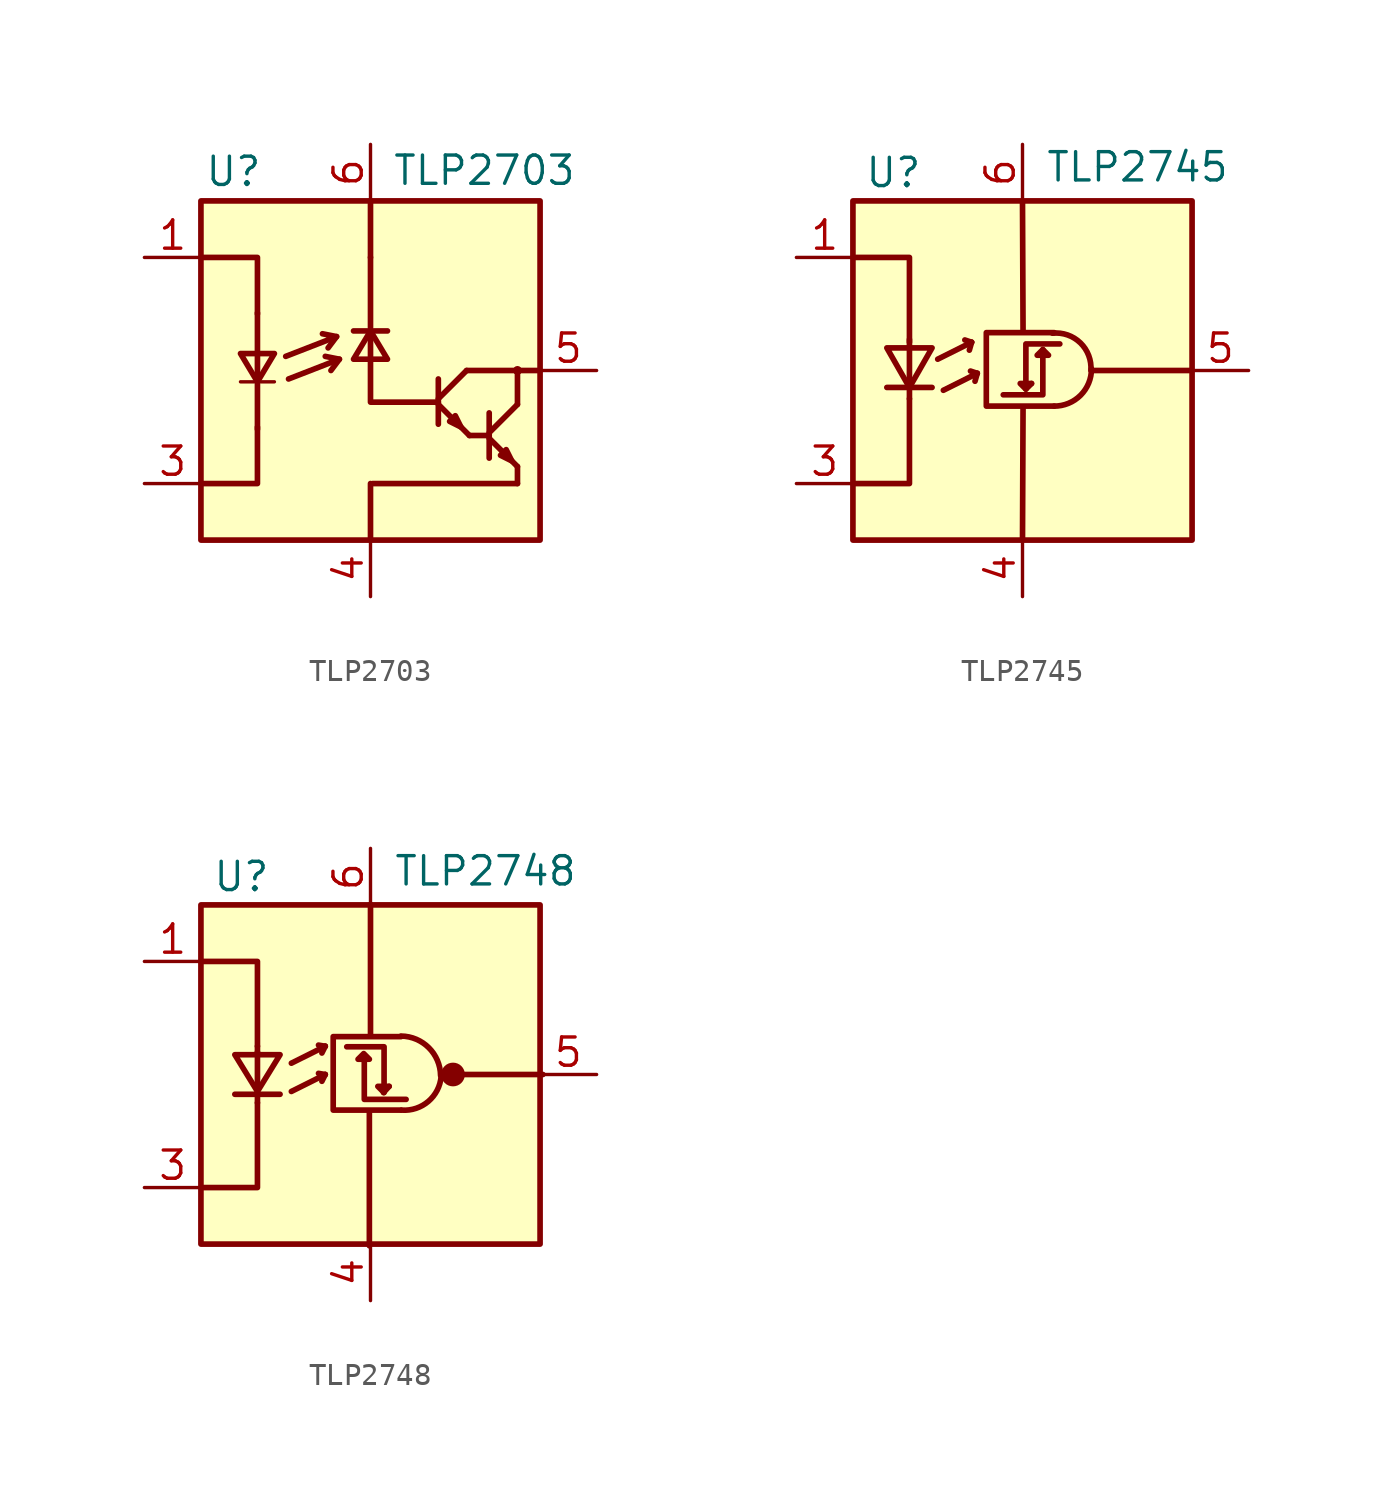
<source format=kicad_sym>
(kicad_symbol_lib
  (version 20211014)
  (generator kicad_symbol_editor)
  (symbol "TLP2703"
    (pin_names
      (offset 1.016) hide)
    (property "Reference" "U"
      (at -7.468 8.941 0)
      (effects (font (size 1.27 1.27)) (justify left)))
    (property "Value" "TLP2703"
      (at 0.965 8.992 0)
      (effects (font (size 1.27 1.27)) (justify left)))
    (symbol "TLP2703_0_1"
      (rectangle (start -7.62 7.62) (end 7.62 -7.62) (stroke (width 0.254) (type default) (color 0 0 0 0)) (fill (type background)))
      (polyline (pts (xy -5.842 -0.508) (xy -4.318 -0.508)) (stroke (width 0) (type default) (color 0 0 0 0)) (fill (type none)))
      (polyline (pts (xy -5.08 -2.642) (xy -5.08 -0.61)) (stroke (width 0.254) (type default) (color 0 0 0 0)) (fill (type none)))
      (polyline (pts (xy -5.08 0.762) (xy -5.08 -0.508)) (stroke (width 0.254) (type default) (color 0 0 0 0)) (fill (type none)))
      (polyline (pts (xy -5.08 2.591) (xy -5.08 0.864)) (stroke (width 0.254) (type default) (color 0 0 0 0)) (fill (type none)))
      (polyline (pts (xy -1.524 1.524) (xy -1.905 1.016)) (stroke (width 0.254) (type default) (color 0 0 0 0)) (fill (type none)))
      (polyline (pts (xy -1.397 0.508) (xy -1.778 0)) (stroke (width 0.254) (type default) (color 0 0 0 0)) (fill (type none)))
      (polyline (pts (xy -0.762 1.778) (xy 0.762 1.778)) (stroke (width 0.254) (type default) (color 0 0 0 0)) (fill (type none)))
      (polyline (pts (xy 0 -7.62) (xy 0 -5.08)) (stroke (width 0.254) (type default) (color 0 0 0 0)) (fill (type none)))
      (polyline (pts (xy 0 1.778) (xy 0 0.508)) (stroke (width 0.254) (type default) (color 0 0 0 0)) (fill (type none)))
      (polyline (pts (xy 0 1.93) (xy 0 5.08)) (stroke (width 0.254) (type default) (color 0 0 0 0)) (fill (type none)))
      (polyline (pts (xy 0 7.62) (xy 0 5.08)) (stroke (width 0.254) (type default) (color 0 0 0 0)) (fill (type none)))
      (polyline (pts (xy 0.102 -5.08) (xy 6.604 -5.08)) (stroke (width 0.254) (type default) (color 0 0 0 0)) (fill (type none)))
      (polyline (pts (xy 3.048 -1.524) (xy 4.445 -2.921)) (stroke (width 0.254) (type default) (color 0 0 0 0)) (fill (type none)))
      (polyline (pts (xy 3.048 -1.27) (xy 4.318 0)) (stroke (width 0.254) (type default) (color 0 0 0 0)) (fill (type none)))
      (polyline (pts (xy 3.048 -0.381) (xy 3.048 -2.413)) (stroke (width 0.254) (type default) (color 0 0 0 0)) (fill (type none)))
      (polyline (pts (xy 4.318 0) (xy 7.62 0)) (stroke (width 0.254) (type default) (color 0 0 0 0)) (fill (type none)))
      (polyline (pts (xy 5.334 -3.048) (xy 6.604 -4.318)) (stroke (width 0.254) (type default) (color 0 0 0 0)) (fill (type none)))
      (polyline (pts (xy 5.334 -2.921) (xy 4.445 -2.921)) (stroke (width 0.254) (type default) (color 0 0 0 0)) (fill (type none)))
      (polyline (pts (xy 5.334 -2.794) (xy 6.604 -1.524)) (stroke (width 0.254) (type default) (color 0 0 0 0)) (fill (type none)))
      (polyline (pts (xy 6.604 -4.318) (xy 6.604 -5.08)) (stroke (width 0.254) (type default) (color 0 0 0 0)) (fill (type none)))
      (polyline (pts (xy 6.604 -1.524) (xy 6.604 0)) (stroke (width 0.254) (type default) (color 0 0 0 0)) (fill (type none)))
      (polyline (pts (xy -7.62 -5.08) (xy -5.08 -5.08) (xy -5.08 -2.54)) (stroke (width 0.254) (type default) (color 0 0 0 0)) (fill (type none)))
      (polyline (pts (xy -7.62 5.08) (xy -5.08 5.08) (xy -5.08 2.54)) (stroke (width 0.254) (type default) (color 0 0 0 0)) (fill (type none)))
      (polyline (pts (xy -3.81 0.635) (xy -1.524 1.524) (xy -2.159 1.651)) (stroke (width 0.254) (type default) (color 0 0 0 0)) (fill (type none)))
      (polyline (pts (xy -3.683 -0.381) (xy -1.397 0.508) (xy -2.032 0.635)) (stroke (width 0.254) (type default) (color 0 0 0 0)) (fill (type none)))
      (polyline (pts (xy 0 0.508) (xy 0 -1.422) (xy 3.048 -1.422)) (stroke (width 0.254) (type default) (color 0 0 0 0)) (fill (type none)))
      (polyline (pts (xy 5.334 -1.905) (xy 5.334 -3.937) (xy 5.334 -3.937)) (stroke (width 0.254) (type default) (color 0 0 0 0)) (fill (type none)))
      (polyline (pts (xy -5.842 0.762) (xy -4.318 0.762) (xy -5.08 -0.508) (xy -5.842 0.762)) (stroke (width 0.254) (type default) (color 0 0 0 0)) (fill (type none)))
      (polyline (pts (xy 0 1.778) (xy -0.762 0.508) (xy 0.762 0.508) (xy 0 1.778)) (stroke (width 0.254) (type default) (color 0 0 0 0)) (fill (type none)))
      (polyline (pts (xy 4.064 -2.54) (xy 3.81 -2.032) (xy 3.556 -2.286) (xy 4.064 -2.54)) (stroke (width 0.254) (type default) (color 0 0 0 0)) (fill (type none)))
      (polyline (pts (xy 6.35 -4.064) (xy 6.096 -3.556) (xy 5.842 -3.81) (xy 6.35 -4.064)) (stroke (width 0.254) (type default) (color 0 0 0 0)) (fill (type none)))
      (circle (center 6.604 0) (radius 0.127) (stroke (width 0) (type default) (color 0 0 0 0)) (fill (type none))))
    (symbol "TLP2703_1_1"
      (pin passive line (at -10.16 5.08 0) (length 2.54) (name "A" (effects (font (size 1.27 1.27)))) (number "1" (effects (font (size 1.27 1.27)))))
      (pin no_connect line (at -10.16 0 0) (length 2.54) hide (name "NC" (effects (font (size 1.27 1.27)))) (number "2" (effects (font (size 1.27 1.27)))))
      (pin passive line (at -10.16 -5.08 0) (length 2.54) (name "K" (effects (font (size 1.27 1.27)))) (number "3" (effects (font (size 1.27 1.27)))))
      (pin power_in line (at 0 -10.16 90) (length 2.54) (name "GND" (effects (font (size 1.27 1.27)))) (number "4" (effects (font (size 1.27 1.27)))))
      (pin open_collector line (at 10.16 0 180) (length 2.54) (name "Out" (effects (font (size 1.27 1.27)))) (number "5" (effects (font (size 1.27 1.27)))))
      (pin power_in line (at 0 10.16 270) (length 2.54) (name "VCC" (effects (font (size 1.27 1.27)))) (number "6" (effects (font (size 1.27 1.27)))))))
  (symbol "TLP2745"
    (pin_names
      (offset 1.016) hide)
    (property "Reference" "U"
      (at -7.112 8.89 0)
      (effects (font (size 1.27 1.27)) (justify left)))
    (property "Value" "TLP2745"
      (at 1.016 9.144 0)
      (effects (font (size 1.27 1.27)) (justify left)))
    (symbol "TLP2745_0_1"
      (rectangle (start -7.62 7.62) (end 7.62 -7.62) (stroke (width 0.254) (type default) (color 0 0 0 0)) (fill (type background)))
      (polyline (pts (xy -6.096 -0.762) (xy -4.064 -0.762)) (stroke (width 0.254) (type default) (color 0 0 0 0)) (fill (type none)))
      (polyline (pts (xy -5.08 -0.762) (xy -5.08 -1.27)) (stroke (width 0.254) (type default) (color 0 0 0 0)) (fill (type none)))
      (polyline (pts (xy -5.08 1.016) (xy -5.08 -0.762)) (stroke (width 0.254) (type default) (color 0 0 0 0)) (fill (type none)))
      (polyline (pts (xy -5.08 1.016) (xy -5.08 1.397)) (stroke (width 0.254) (type default) (color 0 0 0 0)) (fill (type none)))
      (polyline (pts (xy -3.81 0.508) (xy -2.286 1.27)) (stroke (width 0.254) (type default) (color 0 0 0 0)) (fill (type none)))
      (polyline (pts (xy -3.556 -0.889) (xy -2.032 -0.127)) (stroke (width 0.254) (type default) (color 0 0 0 0)) (fill (type none)))
      (polyline (pts (xy -2.286 1.27) (xy -2.591 1.372)) (stroke (width 0.254) (type default) (color 0 0 0 0)) (fill (type none)))
      (polyline (pts (xy -2.286 1.27) (xy -2.388 0.914)) (stroke (width 0.254) (type default) (color 0 0 0 0)) (fill (type none)))
      (polyline (pts (xy -2.032 -0.127) (xy -2.337 -0.025)) (stroke (width 0.254) (type default) (color 0 0 0 0)) (fill (type none)))
      (polyline (pts (xy -2.032 -0.127) (xy -2.134 -0.483)) (stroke (width 0.254) (type default) (color 0 0 0 0)) (fill (type none)))
      (polyline (pts (xy 0 -7.62) (xy 0.025 -1.651)) (stroke (width 0.254) (type default) (color 0 0 0 0)) (fill (type none)))
      (polyline (pts (xy 0 7.595) (xy 0.025 1.778)) (stroke (width 0.254) (type default) (color 0 0 0 0)) (fill (type none)))
      (polyline (pts (xy 7.595 0) (xy 3.15 0)) (stroke (width 0.254) (type default) (color 0 0 0 0)) (fill (type none)))
      (polyline (pts (xy -7.62 -5.08) (xy -5.08 -5.08) (xy -5.08 -1.27)) (stroke (width 0.254) (type default) (color 0 0 0 0)) (fill (type none)))
      (polyline (pts (xy -5.08 1.27) (xy -5.08 5.08) (xy -7.62 5.08)) (stroke (width 0.254) (type default) (color 0 0 0 0)) (fill (type none)))
      (polyline (pts (xy 0.152 -0.838) (xy -0.102 -0.584) (xy 0.406 -0.584)) (stroke (width 0.254) (type default) (color 0 0 0 0)) (fill (type none)))
      (polyline (pts (xy 0.914 0.94) (xy 0.914 -1.092) (xy -0.864 -1.092)) (stroke (width 0.254) (type default) (color 0 0 0 0)) (fill (type none)))
      (polyline (pts (xy -6.096 1.016) (xy -4.064 1.016) (xy -5.08 -0.762) (xy -6.096 1.016)) (stroke (width 0.254) (type default) (color 0 0 0 0)) (fill (type none)))
      (polyline (pts (xy 0.914 0.94) (xy 0.66 0.686) (xy 1.168 0.686) (xy 0.914 0.94)) (stroke (width 0.254) (type default) (color 0 0 0 0)) (fill (type none)))
      (polyline (pts (xy 1.422 1.702) (xy -1.626 1.702) (xy -1.626 -1.6) (xy 1.422 -1.6)) (stroke (width 0.254) (type default) (color 0 0 0 0)) (fill (type none)))
      (polyline (pts (xy 1.676 1.194) (xy 0.152 1.194) (xy 0.152 -0.838) (xy 0.406 -0.584)) (stroke (width 0.254) (type default) (color 0 0 0 0)) (fill (type none)))
      (arc (start 1.4224 -1.6002) (mid 2.6061 -1.1155) (end 3.0988 0.0762) (stroke (width 0.254) (type default) (color 0 0 0 0)) (fill (type none)))
      (arc (start 3.0734 0) (mid 2.5973 1.245) (end 1.3462 1.6764) (stroke (width 0.254) (type default) (color 0 0 0 0)) (fill (type none))))
    (symbol "TLP2745_1_1"
      (pin passive line (at -10.16 5.08 0) (length 2.54) (name "A" (effects (font (size 1.27 1.27)))) (number "1" (effects (font (size 1.27 1.27)))))
      (pin no_connect line (at -10.16 0 0) (length 2.54) hide (name "NC" (effects (font (size 1.27 1.27)))) (number "2" (effects (font (size 1.27 1.27)))))
      (pin passive line (at -10.16 -5.08 0) (length 2.54) (name "K" (effects (font (size 1.27 1.27)))) (number "3" (effects (font (size 1.27 1.27)))))
      (pin power_in line (at 0 -10.16 90) (length 2.54) (name "GND" (effects (font (size 1.27 1.27)))) (number "4" (effects (font (size 1.27 1.27)))))
      (pin output line (at 10.16 0 180) (length 2.54) (name "VO" (effects (font (size 1.27 1.27)))) (number "5" (effects (font (size 1.27 1.27)))))
      (pin power_in line (at 0 10.16 270) (length 2.54) (name "VDD" (effects (font (size 1.27 1.27)))) (number "6" (effects (font (size 1.27 1.27)))))))
  (symbol "TLP2748"
    (pin_names
      (offset 1.016) hide)
    (property "Reference" "U"
      (at -7.112 8.89 0)
      (effects (font (size 1.27 1.27)) (justify left)))
    (property "Value" "TLP2748"
      (at 1.016 9.144 0)
      (effects (font (size 1.27 1.27)) (justify left)))
    (symbol "TLP2748_0_1"
      (rectangle (start -7.62 7.62) (end 7.62 -7.62) (stroke (width 0.254) (type default) (color 0 0 0 0)) (fill (type background)))
      (polyline (pts (xy -6.096 -0.889) (xy -4.064 -0.889)) (stroke (width 0.254) (type default) (color 0 0 0 0)) (fill (type none)))
      (polyline (pts (xy -5.08 -1.27) (xy -5.08 -0.914)) (stroke (width 0.254) (type default) (color 0 0 0 0)) (fill (type none)))
      (polyline (pts (xy -5.08 1.016) (xy -5.08 -0.762)) (stroke (width 0.254) (type default) (color 0 0 0 0)) (fill (type none)))
      (polyline (pts (xy -5.08 1.27) (xy -5.08 0.914)) (stroke (width 0.254) (type default) (color 0 0 0 0)) (fill (type none)))
      (polyline (pts (xy -3.556 -0.762) (xy -2.032 0)) (stroke (width 0.254) (type default) (color 0 0 0 0)) (fill (type none)))
      (polyline (pts (xy -3.556 0.508) (xy -2.032 1.27)) (stroke (width 0.254) (type default) (color 0 0 0 0)) (fill (type none)))
      (polyline (pts (xy -2.032 0) (xy -2.337 0.051)) (stroke (width 0.254) (type default) (color 0 0 0 0)) (fill (type none)))
      (polyline (pts (xy -2.032 0) (xy -2.184 -0.305)) (stroke (width 0.254) (type default) (color 0 0 0 0)) (fill (type none)))
      (polyline (pts (xy -2.032 1.27) (xy -2.337 1.321)) (stroke (width 0.254) (type default) (color 0 0 0 0)) (fill (type none)))
      (polyline (pts (xy -2.032 1.27) (xy -2.184 0.965)) (stroke (width 0.254) (type default) (color 0 0 0 0)) (fill (type none)))
      (polyline (pts (xy -0.051 -7.696) (xy -0.051 -1.727)) (stroke (width 0.254) (type default) (color 0 0 0 0)) (fill (type none)))
      (polyline (pts (xy 0 7.645) (xy 0 1.803)) (stroke (width 0.254) (type default) (color 0 0 0 0)) (fill (type none)))
      (polyline (pts (xy 0.838 -0.533) (xy 0.584 -0.813)) (stroke (width 0.254) (type default) (color 0 0 0 0)) (fill (type none)))
      (polyline (pts (xy 7.747 0) (xy 4.064 0)) (stroke (width 0.254) (type default) (color 0 0 0 0)) (fill (type none)))
      (polyline (pts (xy -7.62 -5.08) (xy -5.08 -5.08) (xy -5.08 -1.27)) (stroke (width 0.254) (type default) (color 0 0 0 0)) (fill (type none)))
      (polyline (pts (xy -5.08 1.27) (xy -5.08 5.08) (xy -7.62 5.08)) (stroke (width 0.254) (type default) (color 0 0 0 0)) (fill (type none)))
      (polyline (pts (xy -0.279 0.66) (xy -0.279 -1.118) (xy 1.6 -1.118)) (stroke (width 0.254) (type default) (color 0 0 0 0)) (fill (type none)))
      (polyline (pts (xy 0.584 -0.787) (xy 0.33 -0.533) (xy 0.838 -0.533)) (stroke (width 0.254) (type default) (color 0 0 0 0)) (fill (type none)))
      (polyline (pts (xy 0.61 -0.813) (xy 0.61 1.245) (xy -1.067 1.245)) (stroke (width 0.254) (type default) (color 0 0 0 0)) (fill (type none)))
      (polyline (pts (xy -6.096 0.889) (xy -4.064 0.889) (xy -5.08 -0.762) (xy -6.096 0.889)) (stroke (width 0.254) (type default) (color 0 0 0 0)) (fill (type none)))
      (polyline (pts (xy -0.305 0.94) (xy -0.559 0.686) (xy -0.051 0.686) (xy -0.305 0.94)) (stroke (width 0.254) (type default) (color 0 0 0 0)) (fill (type none)))
      (polyline (pts (xy 1.372 1.702) (xy -1.676 1.702) (xy -1.676 -1.6) (xy 1.372 -1.6)) (stroke (width 0.254) (type default) (color 0 0 0 0)) (fill (type none)))
      (arc (start 1.397 -1.6002) (mid 2.6016 -1.2064) (end 3.175 -0.0762) (stroke (width 0.254) (type default) (color 0 0 0 0)) (fill (type none)))
      (arc (start 3.1496 -0.0508) (mid 2.6274 1.1973) (end 1.3716 1.7272) (stroke (width 0.254) (type default) (color 0 0 0 0)) (fill (type none)))
      (circle (center 3.708 0) (radius 0.457) (stroke (width 0) (type default) (color 0 0 0 0)) (fill (type outline))))
    (symbol "TLP2748_1_1"
      (pin passive line (at -10.16 5.08 0) (length 2.54) (name "A" (effects (font (size 1.27 1.27)))) (number "1" (effects (font (size 1.27 1.27)))))
      (pin no_connect line (at -10.16 0 0) (length 2.54) hide (name "NC" (effects (font (size 1.27 1.27)))) (number "2" (effects (font (size 1.27 1.27)))))
      (pin passive line (at -10.16 -5.08 0) (length 2.54) (name "K" (effects (font (size 1.27 1.27)))) (number "3" (effects (font (size 1.27 1.27)))))
      (pin power_in line (at 0 -10.16 90) (length 2.54) (name "GND" (effects (font (size 1.27 1.27)))) (number "4" (effects (font (size 1.27 1.27)))))
      (pin output line (at 10.16 0 180) (length 2.54) (name "VO" (effects (font (size 1.27 1.27)))) (number "5" (effects (font (size 1.27 1.27)))))
      (pin power_in line (at 0 10.16 270) (length 2.54) (name "VDD" (effects (font (size 1.27 1.27)))) (number "6" (effects (font (size 1.27 1.27))))))))
</source>
